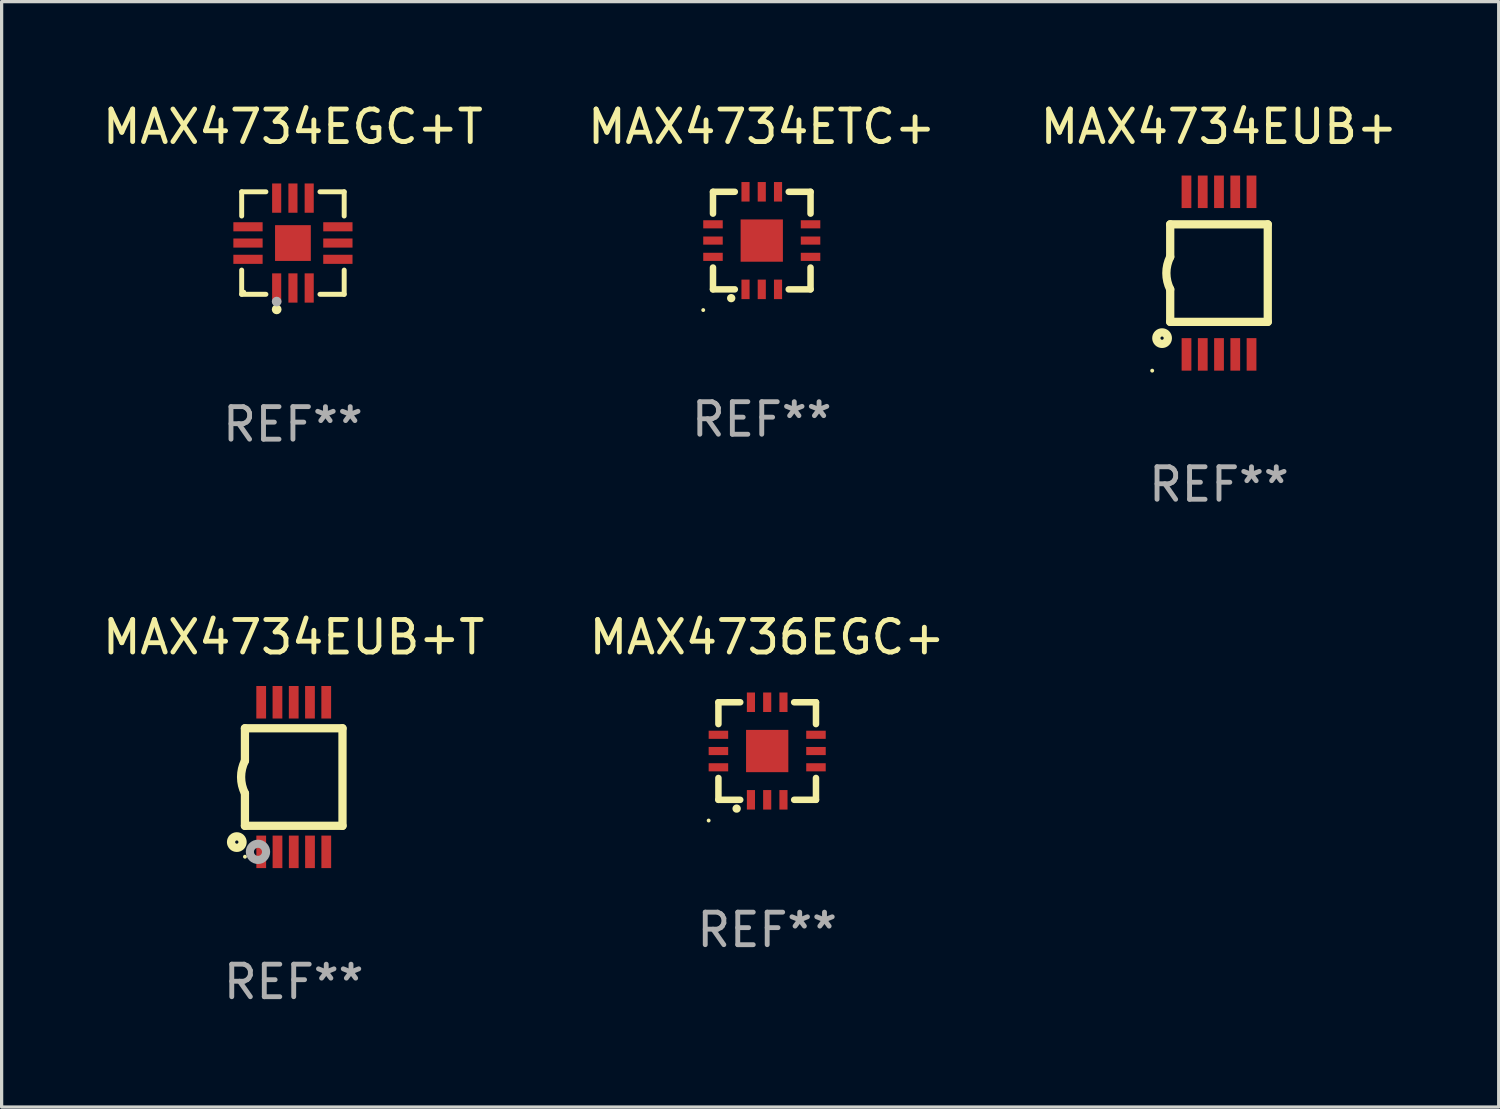
<source format=kicad_pcb>
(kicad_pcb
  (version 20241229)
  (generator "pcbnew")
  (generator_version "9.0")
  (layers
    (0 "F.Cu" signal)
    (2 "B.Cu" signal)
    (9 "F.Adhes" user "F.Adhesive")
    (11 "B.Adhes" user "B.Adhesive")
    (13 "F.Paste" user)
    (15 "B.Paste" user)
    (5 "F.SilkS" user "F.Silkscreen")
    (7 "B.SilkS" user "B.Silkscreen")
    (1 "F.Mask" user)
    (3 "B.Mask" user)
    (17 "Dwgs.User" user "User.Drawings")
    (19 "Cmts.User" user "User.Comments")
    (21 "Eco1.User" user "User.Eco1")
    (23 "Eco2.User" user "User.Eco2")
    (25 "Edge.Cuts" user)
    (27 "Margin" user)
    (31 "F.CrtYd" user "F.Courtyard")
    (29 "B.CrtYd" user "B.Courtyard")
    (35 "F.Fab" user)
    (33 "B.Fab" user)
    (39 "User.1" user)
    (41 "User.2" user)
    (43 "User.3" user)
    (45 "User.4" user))
  (footprint "MAX4734ETC+"
    (layer "F.Cu")
    (at 20.375 4.348)
    (property "Reference" "MAX4734ETC+" (at 0 -3.5 0) (layer "F.SilkS") (effects (font (size 1 1) (thickness 0.15))))
    (attr through_hole)
    (fp_line (start -1.5 -1.5) (end -0.829 -1.5) (stroke (width 0.2) (type solid)) (layer "F.SilkS"))
    (fp_line (start -1.5 -0.829) (end -1.5 -1.5) (stroke (width 0.2) (type solid)) (layer "F.SilkS"))
    (fp_line (start -1.5 1.5) (end -1.5 0.829) (stroke (width 0.2) (type solid)) (layer "F.SilkS"))
    (fp_line (start -0.829 1.5) (end -1.5 1.5) (stroke (width 0.2) (type solid)) (layer "F.SilkS"))
    (fp_line (start 0.829 -1.5) (end 1.5 -1.5) (stroke (width 0.2) (type solid)) (layer "F.SilkS"))
    (fp_line (start 1.5 -1.5) (end 1.5 -0.829) (stroke (width 0.2) (type solid)) (layer "F.SilkS"))
    (fp_line (start 1.5 0.829) (end 1.5 1.5) (stroke (width 0.2) (type solid)) (layer "F.SilkS"))
    (fp_line (start 1.5 1.5) (end 0.829 1.5) (stroke (width 0.2) (type solid)) (layer "F.SilkS"))
    (fp_arc (start -0.941275 1.770003) (mid -0.940005 1.769996) (end -0.938735 1.770003) (stroke (width 0.254001) (type solid)) (layer "F.SilkS"))
    (fp_circle (center -1.8 2.137) (end -1.77 2.137) (stroke (width 0.06) (type solid)) (fill no) (layer "F.SilkS"))
    (fp_text user "REF**" (at 0 5.5 0) (layer "F.Fab") (effects (font (size 1 1) (thickness 0.15))))
    (pad "1" smd rect (at -0.5 1.5 90) (size 0.6 0.25) (layers "F.Cu" "F.Mask" "F.Paste"))
    (pad "2" smd rect (at -0.000127 1.5 90) (size 0.6 0.25) (layers "F.Cu" "F.Mask" "F.Paste"))
    (pad "3" smd rect (at 0.5 1.5 90) (size 0.6 0.25) (layers "F.Cu" "F.Mask" "F.Paste"))
    (pad "4" smd rect (at 1.5 0.5 180) (size 0.6 0.25) (layers "F.Cu" "F.Mask" "F.Paste"))
    (pad "5" smd rect (at 1.5 -0.000127 180) (size 0.6 0.25) (layers "F.Cu" "F.Mask" "F.Paste"))
    (pad "6" smd rect (at 1.5 -0.5 180) (size 0.6 0.25) (layers "F.Cu" "F.Mask" "F.Paste"))
    (pad "7" smd rect (at 0.5 -1.5 270) (size 0.6 0.25) (layers "F.Cu" "F.Mask" "F.Paste"))
    (pad "8" smd rect (at -0.000127 -1.5 270) (size 0.6 0.25) (layers "F.Cu" "F.Mask" "F.Paste"))
    (pad "9" smd rect (at -0.5 -1.5 270) (size 0.6 0.25) (layers "F.Cu" "F.Mask" "F.Paste"))
    (pad "10" smd rect (at -1.5 -0.5) (size 0.6 0.25) (layers "F.Cu" "F.Mask" "F.Paste"))
    (pad "11" smd rect (at -1.5 -0.000127) (size 0.6 0.25) (layers "F.Cu" "F.Mask" "F.Paste"))
    (pad "12" smd rect (at -1.5 0.5) (size 0.6 0.25) (layers "F.Cu" "F.Mask" "F.Paste"))
    (pad "13" smd rect (at -0.000127 -0.000127 90) (size 1.3 1.3) (layers "F.Cu" "F.Mask" "F.Paste")))
  (footprint "MAX4734EUB+"
    (layer "F.Cu")
    (at 34.435 5.348)
    (property "Reference" "MAX4734EUB+" (at 0 -4.5 0) (layer "F.SilkS") (effects (font (size 1 1) (thickness 0.15))))
    (attr through_hole)
    (fp_line (start -1.5 -1.5) (end -1.5 -0.5) (stroke (width 0.254) (type solid)) (layer "F.SilkS"))
    (fp_line (start -1.5 1.5) (end -1.5 0.5) (stroke (width 0.254) (type solid)) (layer "F.SilkS"))
    (fp_line (start -1.5 1.5) (end 1.5 1.5) (stroke (width 0.254) (type solid)) (layer "F.SilkS"))
    (fp_line (start 1.5 1.5) (end 1.5 -1.5) (stroke (width 0.254) (type solid)) (layer "F.SilkS"))
    (fp_line (start 1.5 -1.5) (end -1.5 -1.5) (stroke (width 0.254) (type solid)) (layer "F.SilkS"))
    (fp_arc (start -1.500165 0.499873) (mid -1.618199 -0.000127) (end -1.500165 -0.500127) (stroke (width 0.254001) (type solid)) (layer "F.SilkS"))
    (fp_circle (center -2.054 3) (end -2.024 3) (stroke (width 0.06) (type solid)) (fill no) (layer "F.SilkS"))
    (fp_circle (center -1.75 2) (end -1.573 2) (stroke (width 0.254) (type solid)) (fill no) (layer "F.SilkS"))
    (fp_text user "REF**" (at 0 6.5 0) (layer "F.Fab") (effects (font (size 1 1) (thickness 0.15))))
    (pad "1" smd rect (at -0.999 2.5 180) (size 0.3 1) (layers "F.Cu" "F.Mask" "F.Paste"))
    (pad "2" smd rect (at -0.499 2.5 180) (size 0.3 1) (layers "F.Cu" "F.Mask" "F.Paste"))
    (pad "3" smd rect (at 0.001 2.5 180) (size 0.3 1) (layers "F.Cu" "F.Mask" "F.Paste"))
    (pad "4" smd rect (at 0.501 2.5 180) (size 0.3 1) (layers "F.Cu" "F.Mask" "F.Paste"))
    (pad "5" smd rect (at 1.001 2.5 180) (size 0.3 1) (layers "F.Cu" "F.Mask" "F.Paste"))
    (pad "6" smd rect (at 1 -2.5 180) (size 0.3 1) (layers "F.Cu" "F.Mask" "F.Paste"))
    (pad "7" smd rect (at 0.5 -2.5 180) (size 0.3 1) (layers "F.Cu" "F.Mask" "F.Paste"))
    (pad "8" smd rect (at -0.000165 -2.5 180) (size 0.3 1) (layers "F.Cu" "F.Mask" "F.Paste"))
    (pad "9" smd rect (at -0.5 -2.5 180) (size 0.3 1) (layers "F.Cu" "F.Mask" "F.Paste"))
    (pad "10" smd rect (at -1 -2.5 180) (size 0.3 1) (layers "F.Cu" "F.Mask" "F.Paste")))
  (footprint "MAX4734EUB+T"
    (layer "F.Cu")
    (at 5.982 20.845)
    (property "Reference" "MAX4734EUB+T" (at 0 -4.3 0) (layer "F.SilkS") (effects (font (size 1 1) (thickness 0.15))))
    (attr through_hole)
    (fp_line (start -1.5 -1.5) (end -1.5 -0.5) (stroke (width 0.254) (type solid)) (layer "F.SilkS"))
    (fp_line (start -1.5 1.5) (end -1.5 0.5) (stroke (width 0.254) (type solid)) (layer "F.SilkS"))
    (fp_line (start -1.5 1.5) (end 1.5 1.5) (stroke (width 0.254) (type solid)) (layer "F.SilkS"))
    (fp_line (start 1.5 1.5) (end 1.5 -1.5) (stroke (width 0.254) (type solid)) (layer "F.SilkS"))
    (fp_line (start 1.5 -1.5) (end -1.5 -1.5) (stroke (width 0.254) (type solid)) (layer "F.SilkS"))
    (fp_arc (start -1.500165 0.5) (mid -1.618199 0) (end -1.500165 -0.5) (stroke (width 0.254001) (type solid)) (layer "F.SilkS"))
    (fp_circle (center -1.75 2) (end -1.573 2) (stroke (width 0.254) (type solid)) (fill no) (layer "F.SilkS"))
    (fp_circle (center -1.499 2.45) (end -1.469 2.45) (stroke (width 0.06) (type solid)) (fill no) (layer "F.SilkS"))
    (fp_circle (center -1.099 2.3) (end -0.975 2.3) (stroke (width 0.25) (type solid)) (fill no) (layer "F.Fab"))
    (fp_text user "REF**" (at 0 6.3 0) (layer "F.Fab") (effects (font (size 1 1) (thickness 0.15))))
    (pad "1" smd rect (at -0.999 2.3 180) (size 0.3 1) (layers "F.Cu" "F.Mask" "F.Paste"))
    (pad "2" smd rect (at -0.499 2.3 180) (size 0.3 1) (layers "F.Cu" "F.Mask" "F.Paste"))
    (pad "3" smd rect (at 0.001 2.3 180) (size 0.3 1) (layers "F.Cu" "F.Mask" "F.Paste"))
    (pad "4" smd rect (at 0.501 2.3 180) (size 0.3 1) (layers "F.Cu" "F.Mask" "F.Paste"))
    (pad "5" smd rect (at 1.001 2.3 180) (size 0.3 1) (layers "F.Cu" "F.Mask" "F.Paste"))
    (pad "6" smd rect (at 1 -2.3 180) (size 0.3 1) (layers "F.Cu" "F.Mask" "F.Paste"))
    (pad "7" smd rect (at 0.5 -2.3 180) (size 0.3 1) (layers "F.Cu" "F.Mask" "F.Paste"))
    (pad "8" smd rect (at -0.000165 -2.3 180) (size 0.3 1) (layers "F.Cu" "F.Mask" "F.Paste"))
    (pad "9" smd rect (at -0.5 -2.3 180) (size 0.3 1) (layers "F.Cu" "F.Mask" "F.Paste"))
    (pad "10" smd rect (at -1 -2.3 180) (size 0.3 1) (layers "F.Cu" "F.Mask" "F.Paste")))
  (footprint "MAX4734EGC+T"
    (layer "F.Cu")
    (at 5.958 4.424)
    (property "Reference" "MAX4734EGC+T" (at 0 -3.576 0) (layer "F.SilkS") (effects (font (size 1 1) (thickness 0.15))))
    (attr through_hole)
    (fp_line (start -1.576 -1.576) (end -0.831 -1.576) (stroke (width 0.152) (type solid)) (layer "F.SilkS"))
    (fp_line (start -1.576 -0.831) (end -1.576 -1.576) (stroke (width 0.152) (type solid)) (layer "F.SilkS"))
    (fp_line (start -1.576 0.831) (end -1.576 1.576) (stroke (width 0.152) (type solid)) (layer "F.SilkS"))
    (fp_line (start -1.576 1.576) (end -0.831 1.576) (stroke (width 0.152) (type solid)) (layer "F.SilkS"))
    (fp_line (start 1.576 -1.576) (end 0.831 -1.576) (stroke (width 0.152) (type solid)) (layer "F.SilkS"))
    (fp_line (start 1.576 -0.831) (end 1.576 -1.576) (stroke (width 0.152) (type solid)) (layer "F.SilkS"))
    (fp_line (start 1.576 0.831) (end 1.576 1.576) (stroke (width 0.152) (type solid)) (layer "F.SilkS"))
    (fp_line (start 1.576 1.576) (end 0.831 1.576) (stroke (width 0.152) (type solid)) (layer "F.SilkS"))
    (fp_circle (center -1.5 1.5) (end -1.47 1.5) (stroke (width 0.06) (type solid)) (fill no) (layer "F.SilkS"))
    (fp_circle (center -0.5 2.04) (end -0.425 2.04) (stroke (width 0.15) (type solid)) (fill no) (layer "F.SilkS"))
    (fp_circle (center -0.5 1.8) (end -0.425 1.8) (stroke (width 0.15) (type solid)) (fill no) (layer "F.Fab"))
    (fp_text user "REF**" (at 0 5.576 0) (layer "F.Fab") (effects (font (size 1 1) (thickness 0.15))))
    (pad "1" smd rect (at -0.5 1.382) (size 0.28 0.9) (layers "F.Cu" "F.Mask" "F.Paste"))
    (pad "2" smd rect (at 0 1.382) (size 0.28 0.9) (layers "F.Cu" "F.Mask" "F.Paste"))
    (pad "3" smd rect (at 0.5 1.382) (size 0.28 0.9) (layers "F.Cu" "F.Mask" "F.Paste"))
    (pad "4" smd rect (at 1.382 0.5) (size 0.9 0.28) (layers "F.Cu" "F.Mask" "F.Paste"))
    (pad "5" smd rect (at 1.382 0) (size 0.9 0.28) (layers "F.Cu" "F.Mask" "F.Paste"))
    (pad "6" smd rect (at 1.382 -0.5) (size 0.9 0.28) (layers "F.Cu" "F.Mask" "F.Paste"))
    (pad "7" smd rect (at 0.5 -1.382) (size 0.28 0.9) (layers "F.Cu" "F.Mask" "F.Paste"))
    (pad "8" smd rect (at 0 -1.382) (size 0.28 0.9) (layers "F.Cu" "F.Mask" "F.Paste"))
    (pad "9" smd rect (at -0.5 -1.382) (size 0.28 0.9) (layers "F.Cu" "F.Mask" "F.Paste"))
    (pad "10" smd rect (at -1.382 -0.5) (size 0.9 0.28) (layers "F.Cu" "F.Mask" "F.Paste"))
    (pad "11" smd rect (at -1.382 0) (size 0.9 0.28) (layers "F.Cu" "F.Mask" "F.Paste"))
    (pad "12" smd rect (at -1.382 0.5) (size 0.9 0.28) (layers "F.Cu" "F.Mask" "F.Paste"))
    (pad "13" smd rect (at 0 0) (size 1.1 1.1) (layers "F.Cu" "F.Mask" "F.Paste")))
  (footprint "MAX4736EGC+"
    (layer "F.Cu")
    (at 20.542 20.045)
    (property "Reference" "MAX4736EGC+" (at 0 -3.5 0) (layer "F.SilkS") (effects (font (size 1 1) (thickness 0.15))))
    (attr through_hole)
    (fp_line (start -1.5 -1.5) (end -0.829 -1.5) (stroke (width 0.2) (type solid)) (layer "F.SilkS"))
    (fp_line (start -1.5 -0.829) (end -1.5 -1.5) (stroke (width 0.2) (type solid)) (layer "F.SilkS"))
    (fp_line (start -1.5 1.5) (end -1.5 0.829) (stroke (width 0.2) (type solid)) (layer "F.SilkS"))
    (fp_line (start -0.829 1.5) (end -1.5 1.5) (stroke (width 0.2) (type solid)) (layer "F.SilkS"))
    (fp_line (start 0.829 -1.5) (end 1.5 -1.5) (stroke (width 0.2) (type solid)) (layer "F.SilkS"))
    (fp_line (start 1.5 -1.5) (end 1.5 -0.829) (stroke (width 0.2) (type solid)) (layer "F.SilkS"))
    (fp_line (start 1.5 0.829) (end 1.5 1.5) (stroke (width 0.2) (type solid)) (layer "F.SilkS"))
    (fp_line (start 1.5 1.5) (end 0.829 1.5) (stroke (width 0.2) (type solid)) (layer "F.SilkS"))
    (fp_arc (start -0.941275 1.770003) (mid -0.940005 1.769996) (end -0.938735 1.770003) (stroke (width 0.254001) (type solid)) (layer "F.SilkS"))
    (fp_circle (center -1.8 2.137) (end -1.77 2.137) (stroke (width 0.06) (type solid)) (fill no) (layer "F.SilkS"))
    (fp_text user "REF**" (at 0 5.5 0) (layer "F.Fab") (effects (font (size 1 1) (thickness 0.15))))
    (pad "1" smd rect (at -0.5 1.5 90) (size 0.6 0.25) (layers "F.Cu" "F.Mask" "F.Paste"))
    (pad "2" smd rect (at -0.000127 1.5 90) (size 0.6 0.25) (layers "F.Cu" "F.Mask" "F.Paste"))
    (pad "3" smd rect (at 0.5 1.5 90) (size 0.6 0.25) (layers "F.Cu" "F.Mask" "F.Paste"))
    (pad "4" smd rect (at 1.5 0.5 180) (size 0.6 0.25) (layers "F.Cu" "F.Mask" "F.Paste"))
    (pad "5" smd rect (at 1.5 -0.000127 180) (size 0.6 0.25) (layers "F.Cu" "F.Mask" "F.Paste"))
    (pad "6" smd rect (at 1.5 -0.5 180) (size 0.6 0.25) (layers "F.Cu" "F.Mask" "F.Paste"))
    (pad "7" smd rect (at 0.5 -1.5 270) (size 0.6 0.25) (layers "F.Cu" "F.Mask" "F.Paste"))
    (pad "8" smd rect (at -0.000127 -1.5 270) (size 0.6 0.25) (layers "F.Cu" "F.Mask" "F.Paste"))
    (pad "9" smd rect (at -0.5 -1.5 270) (size 0.6 0.25) (layers "F.Cu" "F.Mask" "F.Paste"))
    (pad "10" smd rect (at -1.5 -0.5) (size 0.6 0.25) (layers "F.Cu" "F.Mask" "F.Paste"))
    (pad "11" smd rect (at -1.5 -0.000127) (size 0.6 0.25) (layers "F.Cu" "F.Mask" "F.Paste"))
    (pad "12" smd rect (at -1.5 0.5) (size 0.6 0.25) (layers "F.Cu" "F.Mask" "F.Paste"))
    (pad "13" smd rect (at -0.000127 -0.000127 90) (size 1.3 1.3) (layers "F.Cu" "F.Mask" "F.Paste")))
  (gr_rect
    (start -3 -3)
    (end 43.036 30.993)
    (stroke (width 0.1) (type default))
    (fill no)
    (layer "Edge.Cuts")))
</source>
